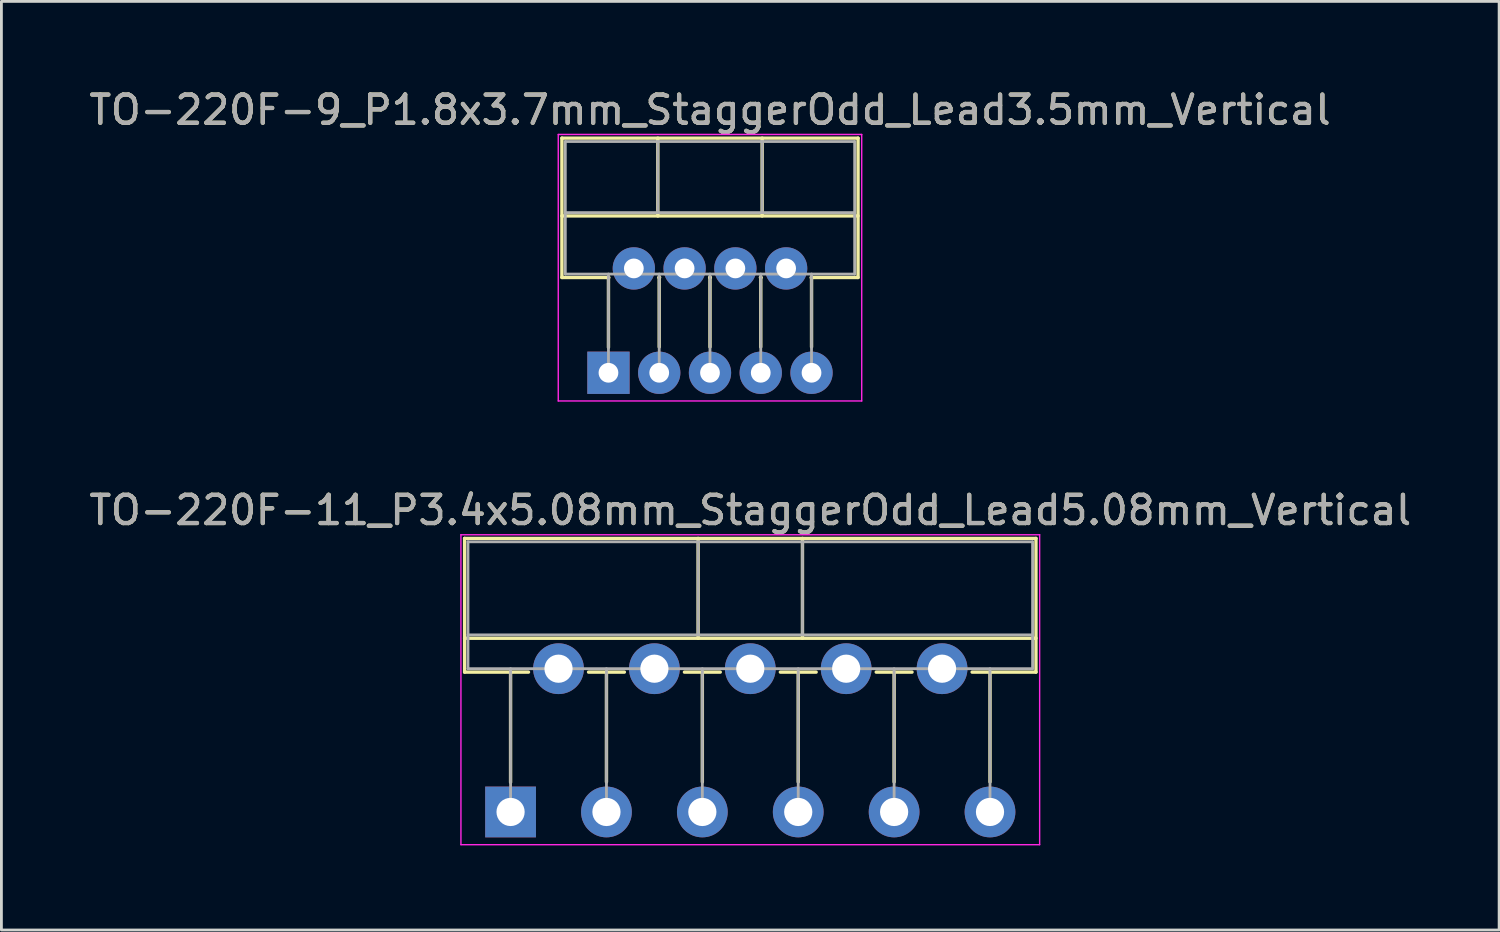
<source format=kicad_pcb>
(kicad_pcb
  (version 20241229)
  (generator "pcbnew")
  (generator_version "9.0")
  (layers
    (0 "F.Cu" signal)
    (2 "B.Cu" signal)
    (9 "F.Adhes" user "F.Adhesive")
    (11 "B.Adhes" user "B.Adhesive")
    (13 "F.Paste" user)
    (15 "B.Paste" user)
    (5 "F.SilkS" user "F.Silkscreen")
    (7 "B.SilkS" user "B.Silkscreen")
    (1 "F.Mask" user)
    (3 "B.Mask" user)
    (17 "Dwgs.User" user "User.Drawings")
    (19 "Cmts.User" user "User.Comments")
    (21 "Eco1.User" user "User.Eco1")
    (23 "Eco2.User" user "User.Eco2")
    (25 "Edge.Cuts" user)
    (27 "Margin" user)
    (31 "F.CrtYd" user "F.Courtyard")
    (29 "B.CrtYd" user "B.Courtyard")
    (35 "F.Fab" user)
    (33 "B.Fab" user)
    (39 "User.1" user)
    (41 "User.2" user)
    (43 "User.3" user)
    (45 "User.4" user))
  (footprint "TO-220F-11_P3.4x5.08mm_StaggerOdd_Lead5.08mm_Vertical"
    (layer "F.Cu")
    (at 15.054 25.741)
    (property "Reference" "TO-220F-11_P3.4x5.08mm_StaggerOdd_Lead5.08mm_Vertical" (at 8.5 -10.7 0) (layer "F.SilkS") (effects (font (size 1 1) (thickness 0.15))))
    (attr through_hole)
    (fp_line (start -1.63 -9.7) (end -1.63 -4.959) (stroke (width 0.12) (type solid)) (layer "F.SilkS"))
    (fp_line (start -1.63 -9.7) (end 18.63 -9.7) (stroke (width 0.12) (type solid)) (layer "F.SilkS"))
    (fp_line (start -1.63 -6.16) (end 18.63 -6.16) (stroke (width 0.12) (type solid)) (layer "F.SilkS"))
    (fp_line (start -1.63 -4.959) (end 0.635 -4.959) (stroke (width 0.12) (type solid)) (layer "F.SilkS"))
    (fp_line (start 0 -4.959) (end 0 -1.05) (stroke (width 0.12) (type solid)) (layer "F.SilkS"))
    (fp_line (start 2.765 -4.959) (end 4.035 -4.959) (stroke (width 0.12) (type solid)) (layer "F.SilkS"))
    (fp_line (start 3.4 -4.959) (end 3.4 -1.065) (stroke (width 0.12) (type solid)) (layer "F.SilkS"))
    (fp_line (start 6.165 -4.959) (end 7.435 -4.959) (stroke (width 0.12) (type solid)) (layer "F.SilkS"))
    (fp_line (start 6.65 -9.7) (end 6.65 -6.16) (stroke (width 0.12) (type solid)) (layer "F.SilkS"))
    (fp_line (start 6.8 -4.959) (end 6.8 -1.065) (stroke (width 0.12) (type solid)) (layer "F.SilkS"))
    (fp_line (start 9.566 -4.959) (end 10.835 -4.959) (stroke (width 0.12) (type solid)) (layer "F.SilkS"))
    (fp_line (start 10.2 -4.959) (end 10.2 -1.065) (stroke (width 0.12) (type solid)) (layer "F.SilkS"))
    (fp_line (start 10.35 -9.7) (end 10.35 -6.16) (stroke (width 0.12) (type solid)) (layer "F.SilkS"))
    (fp_line (start 12.965 -4.959) (end 14.235 -4.959) (stroke (width 0.12) (type solid)) (layer "F.SilkS"))
    (fp_line (start 13.6 -4.959) (end 13.6 -1.065) (stroke (width 0.12) (type solid)) (layer "F.SilkS"))
    (fp_line (start 16.365 -4.959) (end 18.63 -4.959) (stroke (width 0.12) (type solid)) (layer "F.SilkS"))
    (fp_line (start 17 -4.959) (end 17 -1.065) (stroke (width 0.12) (type solid)) (layer "F.SilkS"))
    (fp_line (start 18.63 -9.7) (end 18.63 -4.959) (stroke (width 0.12) (type solid)) (layer "F.SilkS"))
    (fp_line (start -1.76 -9.83) (end -1.76 1.16) (stroke (width 0.05) (type solid)) (layer "F.CrtYd"))
    (fp_line (start -1.76 1.16) (end 18.76 1.16) (stroke (width 0.05) (type solid)) (layer "F.CrtYd"))
    (fp_line (start 18.76 -9.83) (end -1.76 -9.83) (stroke (width 0.05) (type solid)) (layer "F.CrtYd"))
    (fp_line (start 18.76 1.16) (end 18.76 -9.83) (stroke (width 0.05) (type solid)) (layer "F.CrtYd"))
    (fp_line (start -1.51 -9.58) (end -1.51 -5.08) (stroke (width 0.1) (type solid)) (layer "F.Fab"))
    (fp_line (start -1.51 -6.28) (end 18.51 -6.28) (stroke (width 0.1) (type solid)) (layer "F.Fab"))
    (fp_line (start -1.51 -5.08) (end 18.51 -5.08) (stroke (width 0.1) (type solid)) (layer "F.Fab"))
    (fp_line (start 0 -5.08) (end 0 0) (stroke (width 0.1) (type solid)) (layer "F.Fab"))
    (fp_line (start 3.4 -5.08) (end 3.4 0) (stroke (width 0.1) (type solid)) (layer "F.Fab"))
    (fp_line (start 6.65 -9.58) (end 6.65 -6.28) (stroke (width 0.1) (type solid)) (layer "F.Fab"))
    (fp_line (start 6.8 -5.08) (end 6.8 0) (stroke (width 0.1) (type solid)) (layer "F.Fab"))
    (fp_line (start 10.2 -5.08) (end 10.2 0) (stroke (width 0.1) (type solid)) (layer "F.Fab"))
    (fp_line (start 10.35 -9.58) (end 10.35 -6.28) (stroke (width 0.1) (type solid)) (layer "F.Fab"))
    (fp_line (start 13.6 -5.08) (end 13.6 0) (stroke (width 0.1) (type solid)) (layer "F.Fab"))
    (fp_line (start 17 -5.08) (end 17 0) (stroke (width 0.1) (type solid)) (layer "F.Fab"))
    (fp_line (start 18.51 -9.58) (end -1.51 -9.58) (stroke (width 0.1) (type solid)) (layer "F.Fab"))
    (fp_line (start 18.51 -5.08) (end 18.51 -9.58) (stroke (width 0.1) (type solid)) (layer "F.Fab"))
    (fp_text user "${REFERENCE}" (at 8.5 -10.7 0) (layer "F.Fab") (effects (font (size 1 1) (thickness 0.15))))
    (pad "1" thru_hole rect (at 0 0) (size 1.8 1.8) (drill 1) (layers "*.Cu" "*.Mask"))
    (pad "2" thru_hole oval (at 1.7 -5.08) (size 1.8 1.8) (drill 1) (layers "*.Cu" "*.Mask"))
    (pad "3" thru_hole oval (at 3.4 0) (size 1.8 1.8) (drill 1) (layers "*.Cu" "*.Mask"))
    (pad "4" thru_hole oval (at 5.1 -5.08) (size 1.8 1.8) (drill 1) (layers "*.Cu" "*.Mask"))
    (pad "5" thru_hole oval (at 6.8 0) (size 1.8 1.8) (drill 1) (layers "*.Cu" "*.Mask"))
    (pad "6" thru_hole oval (at 8.5 -5.08) (size 1.8 1.8) (drill 1) (layers "*.Cu" "*.Mask"))
    (pad "7" thru_hole oval (at 10.2 0) (size 1.8 1.8) (drill 1) (layers "*.Cu" "*.Mask"))
    (pad "8" thru_hole oval (at 11.9 -5.08) (size 1.8 1.8) (drill 1) (layers "*.Cu" "*.Mask"))
    (pad "9" thru_hole oval (at 13.6 0) (size 1.8 1.8) (drill 1) (layers "*.Cu" "*.Mask"))
    (pad "10" thru_hole oval (at 15.3 -5.08) (size 1.8 1.8) (drill 1) (layers "*.Cu" "*.Mask"))
    (pad "11" thru_hole oval (at 17 0) (size 1.8 1.8) (drill 1) (layers "*.Cu" "*.Mask")))
  (footprint "TO-220F-9_P1.8x3.7mm_StaggerOdd_Lead3.5mm_Vertical"
    (layer "F.Cu")
    (at 18.525 10.168)
    (property "Reference" "TO-220F-9_P1.8x3.7mm_StaggerOdd_Lead3.5mm_Vertical" (at 3.6 -9.32 0) (layer "F.SilkS") (effects (font (size 1 1) (thickness 0.15))))
    (attr through_hole)
    (fp_line (start -1.65 -8.32) (end -1.65 -3.379) (stroke (width 0.12) (type solid)) (layer "F.SilkS"))
    (fp_line (start -1.65 -8.32) (end 8.85 -8.32) (stroke (width 0.12) (type solid)) (layer "F.SilkS"))
    (fp_line (start -1.65 -5.561) (end 8.85 -5.561) (stroke (width 0.12) (type solid)) (layer "F.SilkS"))
    (fp_line (start -1.65 -3.379) (end 0.014 -3.379) (stroke (width 0.12) (type solid)) (layer "F.SilkS"))
    (fp_line (start 0 -3.379) (end 0 -0.9) (stroke (width 0.12) (type solid)) (layer "F.SilkS"))
    (fp_line (start 1.75 -8.32) (end 1.75 -5.561) (stroke (width 0.12) (type solid)) (layer "F.SilkS"))
    (fp_line (start 1.787 -3.379) (end 1.814 -3.379) (stroke (width 0.12) (type solid)) (layer "F.SilkS"))
    (fp_line (start 1.8 -3.379) (end 1.8 -0.915) (stroke (width 0.12) (type solid)) (layer "F.SilkS"))
    (fp_line (start 3.587 -3.379) (end 3.614 -3.379) (stroke (width 0.12) (type solid)) (layer "F.SilkS"))
    (fp_line (start 3.6 -3.379) (end 3.6 -0.915) (stroke (width 0.12) (type solid)) (layer "F.SilkS"))
    (fp_line (start 5.387 -3.379) (end 5.414 -3.379) (stroke (width 0.12) (type solid)) (layer "F.SilkS"))
    (fp_line (start 5.4 -3.379) (end 5.4 -0.915) (stroke (width 0.12) (type solid)) (layer "F.SilkS"))
    (fp_line (start 5.45 -8.32) (end 5.45 -5.561) (stroke (width 0.12) (type solid)) (layer "F.SilkS"))
    (fp_line (start 7.187 -3.379) (end 8.85 -3.379) (stroke (width 0.12) (type solid)) (layer "F.SilkS"))
    (fp_line (start 7.201 -3.379) (end 7.201 -0.915) (stroke (width 0.12) (type solid)) (layer "F.SilkS"))
    (fp_line (start 8.85 -8.32) (end 8.85 -3.379) (stroke (width 0.12) (type solid)) (layer "F.SilkS"))
    (fp_line (start -1.78 -8.45) (end -1.78 1) (stroke (width 0.05) (type solid)) (layer "F.CrtYd"))
    (fp_line (start -1.78 1) (end 8.98 1) (stroke (width 0.05) (type solid)) (layer "F.CrtYd"))
    (fp_line (start 8.98 -8.45) (end -1.78 -8.45) (stroke (width 0.05) (type solid)) (layer "F.CrtYd"))
    (fp_line (start 8.98 1) (end 8.98 -8.45) (stroke (width 0.05) (type solid)) (layer "F.CrtYd"))
    (fp_line (start -1.53 -8.2) (end -1.53 -3.5) (stroke (width 0.1) (type solid)) (layer "F.Fab"))
    (fp_line (start -1.53 -5.68) (end 8.73 -5.68) (stroke (width 0.1) (type solid)) (layer "F.Fab"))
    (fp_line (start -1.53 -3.5) (end 8.73 -3.5) (stroke (width 0.1) (type solid)) (layer "F.Fab"))
    (fp_line (start 0 -3.5) (end 0 0) (stroke (width 0.1) (type solid)) (layer "F.Fab"))
    (fp_line (start 1.75 -8.2) (end 1.75 -5.68) (stroke (width 0.1) (type solid)) (layer "F.Fab"))
    (fp_line (start 1.8 -3.5) (end 1.8 0) (stroke (width 0.1) (type solid)) (layer "F.Fab"))
    (fp_line (start 3.6 -3.5) (end 3.6 0) (stroke (width 0.1) (type solid)) (layer "F.Fab"))
    (fp_line (start 5.4 -3.5) (end 5.4 0) (stroke (width 0.1) (type solid)) (layer "F.Fab"))
    (fp_line (start 5.45 -8.2) (end 5.45 -5.68) (stroke (width 0.1) (type solid)) (layer "F.Fab"))
    (fp_line (start 7.2 -3.5) (end 7.2 0) (stroke (width 0.1) (type solid)) (layer "F.Fab"))
    (fp_line (start 8.73 -8.2) (end -1.53 -8.2) (stroke (width 0.1) (type solid)) (layer "F.Fab"))
    (fp_line (start 8.73 -3.5) (end 8.73 -8.2) (stroke (width 0.1) (type solid)) (layer "F.Fab"))
    (fp_text user "${REFERENCE}" (at 3.6 -9.32 0) (layer "F.Fab") (effects (font (size 1 1) (thickness 0.15))))
    (pad "1" thru_hole rect (at 0 0) (size 1.5 1.5) (drill 0.7) (layers "*.Cu" "*.Mask"))
    (pad "2" thru_hole oval (at 0.9 -3.7) (size 1.5 1.5) (drill 0.7) (layers "*.Cu" "*.Mask"))
    (pad "3" thru_hole oval (at 1.8 0) (size 1.5 1.5) (drill 0.7) (layers "*.Cu" "*.Mask"))
    (pad "4" thru_hole oval (at 2.7 -3.7) (size 1.5 1.5) (drill 0.7) (layers "*.Cu" "*.Mask"))
    (pad "5" thru_hole oval (at 3.6 0) (size 1.5 1.5) (drill 0.7) (layers "*.Cu" "*.Mask"))
    (pad "6" thru_hole oval (at 4.5 -3.7) (size 1.5 1.5) (drill 0.7) (layers "*.Cu" "*.Mask"))
    (pad "7" thru_hole oval (at 5.4 0) (size 1.5 1.5) (drill 0.7) (layers "*.Cu" "*.Mask"))
    (pad "8" thru_hole oval (at 6.3 -3.7) (size 1.5 1.5) (drill 0.7) (layers "*.Cu" "*.Mask"))
    (pad "9" thru_hole oval (at 7.2 0) (size 1.5 1.5) (drill 0.7) (layers "*.Cu" "*.Mask")))
  (gr_rect
    (start -3 -3)
    (end 50.107 29.927)
    (stroke (width 0.1) (type default))
    (fill no)
    (layer "Edge.Cuts")))
</source>
